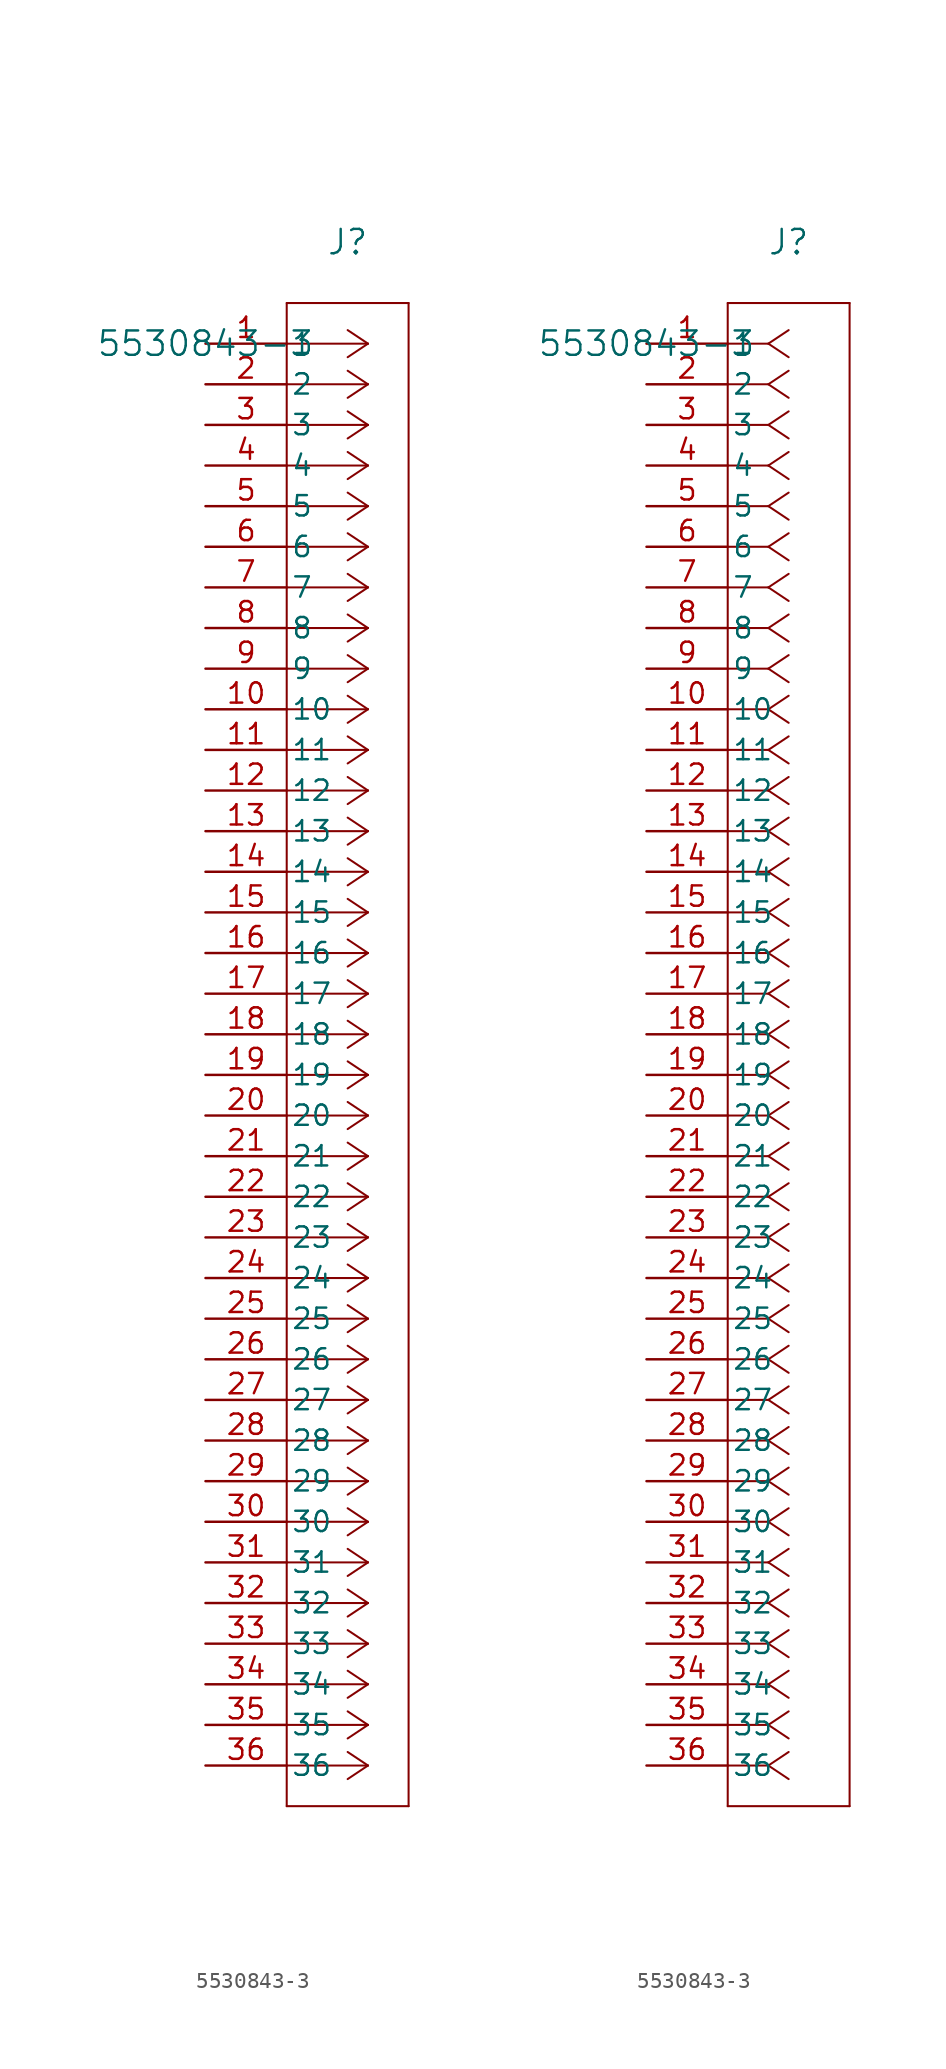
<source format=kicad_sym>
(kicad_symbol_lib
  (version 20211014)
  (generator kicad_symbol_editor)
  (symbol "5530843-3"
    (pin_names
      (offset 0.254))
    (property "Reference" "J"
      (at 8.89 6.35 0)
      (effects (font (size 1.524 1.524))))
    (property "Value" "5530843-3"
      (at 0 0 0)
      (effects (font (size 1.524 1.524))))
    (symbol "5530843-3_1_1"
      (polyline (pts (xy 10.16 0) (xy 5.08 0)) (stroke (width 0.127) (type default) (color 0 0 0 0)) (fill (type none)))
      (polyline (pts (xy 10.16 -2.54) (xy 5.08 -2.54)) (stroke (width 0.127) (type default) (color 0 0 0 0)) (fill (type none)))
      (polyline (pts (xy 10.16 -5.08) (xy 5.08 -5.08)) (stroke (width 0.127) (type default) (color 0 0 0 0)) (fill (type none)))
      (polyline (pts (xy 10.16 -7.62) (xy 5.08 -7.62)) (stroke (width 0.127) (type default) (color 0 0 0 0)) (fill (type none)))
      (polyline (pts (xy 10.16 -10.16) (xy 5.08 -10.16)) (stroke (width 0.127) (type default) (color 0 0 0 0)) (fill (type none)))
      (polyline (pts (xy 10.16 -12.7) (xy 5.08 -12.7)) (stroke (width 0.127) (type default) (color 0 0 0 0)) (fill (type none)))
      (polyline (pts (xy 10.16 -15.24) (xy 5.08 -15.24)) (stroke (width 0.127) (type default) (color 0 0 0 0)) (fill (type none)))
      (polyline (pts (xy 10.16 -17.78) (xy 5.08 -17.78)) (stroke (width 0.127) (type default) (color 0 0 0 0)) (fill (type none)))
      (polyline (pts (xy 10.16 -20.32) (xy 5.08 -20.32)) (stroke (width 0.127) (type default) (color 0 0 0 0)) (fill (type none)))
      (polyline (pts (xy 10.16 -22.86) (xy 5.08 -22.86)) (stroke (width 0.127) (type default) (color 0 0 0 0)) (fill (type none)))
      (polyline (pts (xy 10.16 -25.4) (xy 5.08 -25.4)) (stroke (width 0.127) (type default) (color 0 0 0 0)) (fill (type none)))
      (polyline (pts (xy 10.16 -27.94) (xy 5.08 -27.94)) (stroke (width 0.127) (type default) (color 0 0 0 0)) (fill (type none)))
      (polyline (pts (xy 10.16 -30.48) (xy 5.08 -30.48)) (stroke (width 0.127) (type default) (color 0 0 0 0)) (fill (type none)))
      (polyline (pts (xy 10.16 -33.02) (xy 5.08 -33.02)) (stroke (width 0.127) (type default) (color 0 0 0 0)) (fill (type none)))
      (polyline (pts (xy 10.16 -35.56) (xy 5.08 -35.56)) (stroke (width 0.127) (type default) (color 0 0 0 0)) (fill (type none)))
      (polyline (pts (xy 10.16 -38.1) (xy 5.08 -38.1)) (stroke (width 0.127) (type default) (color 0 0 0 0)) (fill (type none)))
      (polyline (pts (xy 10.16 -40.64) (xy 5.08 -40.64)) (stroke (width 0.127) (type default) (color 0 0 0 0)) (fill (type none)))
      (polyline (pts (xy 10.16 -43.18) (xy 5.08 -43.18)) (stroke (width 0.127) (type default) (color 0 0 0 0)) (fill (type none)))
      (polyline (pts (xy 10.16 -45.72) (xy 5.08 -45.72)) (stroke (width 0.127) (type default) (color 0 0 0 0)) (fill (type none)))
      (polyline (pts (xy 10.16 -48.26) (xy 5.08 -48.26)) (stroke (width 0.127) (type default) (color 0 0 0 0)) (fill (type none)))
      (polyline (pts (xy 10.16 -50.8) (xy 5.08 -50.8)) (stroke (width 0.127) (type default) (color 0 0 0 0)) (fill (type none)))
      (polyline (pts (xy 10.16 -53.34) (xy 5.08 -53.34)) (stroke (width 0.127) (type default) (color 0 0 0 0)) (fill (type none)))
      (polyline (pts (xy 10.16 -55.88) (xy 5.08 -55.88)) (stroke (width 0.127) (type default) (color 0 0 0 0)) (fill (type none)))
      (polyline (pts (xy 10.16 -58.42) (xy 5.08 -58.42)) (stroke (width 0.127) (type default) (color 0 0 0 0)) (fill (type none)))
      (polyline (pts (xy 10.16 -60.96) (xy 5.08 -60.96)) (stroke (width 0.127) (type default) (color 0 0 0 0)) (fill (type none)))
      (polyline (pts (xy 10.16 -63.5) (xy 5.08 -63.5)) (stroke (width 0.127) (type default) (color 0 0 0 0)) (fill (type none)))
      (polyline (pts (xy 10.16 -66.04) (xy 5.08 -66.04)) (stroke (width 0.127) (type default) (color 0 0 0 0)) (fill (type none)))
      (polyline (pts (xy 10.16 -68.58) (xy 5.08 -68.58)) (stroke (width 0.127) (type default) (color 0 0 0 0)) (fill (type none)))
      (polyline (pts (xy 10.16 -71.12) (xy 5.08 -71.12)) (stroke (width 0.127) (type default) (color 0 0 0 0)) (fill (type none)))
      (polyline (pts (xy 10.16 -73.66) (xy 5.08 -73.66)) (stroke (width 0.127) (type default) (color 0 0 0 0)) (fill (type none)))
      (polyline (pts (xy 10.16 -76.2) (xy 5.08 -76.2)) (stroke (width 0.127) (type default) (color 0 0 0 0)) (fill (type none)))
      (polyline (pts (xy 10.16 -78.74) (xy 5.08 -78.74)) (stroke (width 0.127) (type default) (color 0 0 0 0)) (fill (type none)))
      (polyline (pts (xy 10.16 -81.28) (xy 5.08 -81.28)) (stroke (width 0.127) (type default) (color 0 0 0 0)) (fill (type none)))
      (polyline (pts (xy 10.16 -83.82) (xy 5.08 -83.82)) (stroke (width 0.127) (type default) (color 0 0 0 0)) (fill (type none)))
      (polyline (pts (xy 10.16 -86.36) (xy 5.08 -86.36)) (stroke (width 0.127) (type default) (color 0 0 0 0)) (fill (type none)))
      (polyline (pts (xy 10.16 -88.9) (xy 5.08 -88.9)) (stroke (width 0.127) (type default) (color 0 0 0 0)) (fill (type none)))
      (polyline (pts (xy 10.16 0) (xy 8.89 0.847)) (stroke (width 0.127) (type default) (color 0 0 0 0)) (fill (type none)))
      (polyline (pts (xy 10.16 -2.54) (xy 8.89 -1.693)) (stroke (width 0.127) (type default) (color 0 0 0 0)) (fill (type none)))
      (polyline (pts (xy 10.16 -5.08) (xy 8.89 -4.233)) (stroke (width 0.127) (type default) (color 0 0 0 0)) (fill (type none)))
      (polyline (pts (xy 10.16 -7.62) (xy 8.89 -6.773)) (stroke (width 0.127) (type default) (color 0 0 0 0)) (fill (type none)))
      (polyline (pts (xy 10.16 -10.16) (xy 8.89 -9.313)) (stroke (width 0.127) (type default) (color 0 0 0 0)) (fill (type none)))
      (polyline (pts (xy 10.16 -12.7) (xy 8.89 -11.853)) (stroke (width 0.127) (type default) (color 0 0 0 0)) (fill (type none)))
      (polyline (pts (xy 10.16 -15.24) (xy 8.89 -14.393)) (stroke (width 0.127) (type default) (color 0 0 0 0)) (fill (type none)))
      (polyline (pts (xy 10.16 -17.78) (xy 8.89 -16.933)) (stroke (width 0.127) (type default) (color 0 0 0 0)) (fill (type none)))
      (polyline (pts (xy 10.16 -20.32) (xy 8.89 -19.473)) (stroke (width 0.127) (type default) (color 0 0 0 0)) (fill (type none)))
      (polyline (pts (xy 10.16 -22.86) (xy 8.89 -22.013)) (stroke (width 0.127) (type default) (color 0 0 0 0)) (fill (type none)))
      (polyline (pts (xy 10.16 -25.4) (xy 8.89 -24.553)) (stroke (width 0.127) (type default) (color 0 0 0 0)) (fill (type none)))
      (polyline (pts (xy 10.16 -27.94) (xy 8.89 -27.093)) (stroke (width 0.127) (type default) (color 0 0 0 0)) (fill (type none)))
      (polyline (pts (xy 10.16 -30.48) (xy 8.89 -29.633)) (stroke (width 0.127) (type default) (color 0 0 0 0)) (fill (type none)))
      (polyline (pts (xy 10.16 -33.02) (xy 8.89 -32.173)) (stroke (width 0.127) (type default) (color 0 0 0 0)) (fill (type none)))
      (polyline (pts (xy 10.16 -35.56) (xy 8.89 -34.713)) (stroke (width 0.127) (type default) (color 0 0 0 0)) (fill (type none)))
      (polyline (pts (xy 10.16 -38.1) (xy 8.89 -37.253)) (stroke (width 0.127) (type default) (color 0 0 0 0)) (fill (type none)))
      (polyline (pts (xy 10.16 -40.64) (xy 8.89 -39.793)) (stroke (width 0.127) (type default) (color 0 0 0 0)) (fill (type none)))
      (polyline (pts (xy 10.16 -43.18) (xy 8.89 -42.333)) (stroke (width 0.127) (type default) (color 0 0 0 0)) (fill (type none)))
      (polyline (pts (xy 10.16 -45.72) (xy 8.89 -44.873)) (stroke (width 0.127) (type default) (color 0 0 0 0)) (fill (type none)))
      (polyline (pts (xy 10.16 -48.26) (xy 8.89 -47.413)) (stroke (width 0.127) (type default) (color 0 0 0 0)) (fill (type none)))
      (polyline (pts (xy 10.16 -50.8) (xy 8.89 -49.953)) (stroke (width 0.127) (type default) (color 0 0 0 0)) (fill (type none)))
      (polyline (pts (xy 10.16 -53.34) (xy 8.89 -52.493)) (stroke (width 0.127) (type default) (color 0 0 0 0)) (fill (type none)))
      (polyline (pts (xy 10.16 -55.88) (xy 8.89 -55.033)) (stroke (width 0.127) (type default) (color 0 0 0 0)) (fill (type none)))
      (polyline (pts (xy 10.16 -58.42) (xy 8.89 -57.573)) (stroke (width 0.127) (type default) (color 0 0 0 0)) (fill (type none)))
      (polyline (pts (xy 10.16 -60.96) (xy 8.89 -60.113)) (stroke (width 0.127) (type default) (color 0 0 0 0)) (fill (type none)))
      (polyline (pts (xy 10.16 -63.5) (xy 8.89 -62.653)) (stroke (width 0.127) (type default) (color 0 0 0 0)) (fill (type none)))
      (polyline (pts (xy 10.16 -66.04) (xy 8.89 -65.193)) (stroke (width 0.127) (type default) (color 0 0 0 0)) (fill (type none)))
      (polyline (pts (xy 10.16 -68.58) (xy 8.89 -67.733)) (stroke (width 0.127) (type default) (color 0 0 0 0)) (fill (type none)))
      (polyline (pts (xy 10.16 -71.12) (xy 8.89 -70.273)) (stroke (width 0.127) (type default) (color 0 0 0 0)) (fill (type none)))
      (polyline (pts (xy 10.16 -73.66) (xy 8.89 -72.813)) (stroke (width 0.127) (type default) (color 0 0 0 0)) (fill (type none)))
      (polyline (pts (xy 10.16 -76.2) (xy 8.89 -75.353)) (stroke (width 0.127) (type default) (color 0 0 0 0)) (fill (type none)))
      (polyline (pts (xy 10.16 -78.74) (xy 8.89 -77.893)) (stroke (width 0.127) (type default) (color 0 0 0 0)) (fill (type none)))
      (polyline (pts (xy 10.16 -81.28) (xy 8.89 -80.433)) (stroke (width 0.127) (type default) (color 0 0 0 0)) (fill (type none)))
      (polyline (pts (xy 10.16 -83.82) (xy 8.89 -82.973)) (stroke (width 0.127) (type default) (color 0 0 0 0)) (fill (type none)))
      (polyline (pts (xy 10.16 -86.36) (xy 8.89 -85.513)) (stroke (width 0.127) (type default) (color 0 0 0 0)) (fill (type none)))
      (polyline (pts (xy 10.16 -88.9) (xy 8.89 -88.053)) (stroke (width 0.127) (type default) (color 0 0 0 0)) (fill (type none)))
      (polyline (pts (xy 10.16 0) (xy 8.89 -0.847)) (stroke (width 0.127) (type default) (color 0 0 0 0)) (fill (type none)))
      (polyline (pts (xy 10.16 -2.54) (xy 8.89 -3.387)) (stroke (width 0.127) (type default) (color 0 0 0 0)) (fill (type none)))
      (polyline (pts (xy 10.16 -5.08) (xy 8.89 -5.927)) (stroke (width 0.127) (type default) (color 0 0 0 0)) (fill (type none)))
      (polyline (pts (xy 10.16 -7.62) (xy 8.89 -8.467)) (stroke (width 0.127) (type default) (color 0 0 0 0)) (fill (type none)))
      (polyline (pts (xy 10.16 -10.16) (xy 8.89 -11.007)) (stroke (width 0.127) (type default) (color 0 0 0 0)) (fill (type none)))
      (polyline (pts (xy 10.16 -12.7) (xy 8.89 -13.547)) (stroke (width 0.127) (type default) (color 0 0 0 0)) (fill (type none)))
      (polyline (pts (xy 10.16 -15.24) (xy 8.89 -16.087)) (stroke (width 0.127) (type default) (color 0 0 0 0)) (fill (type none)))
      (polyline (pts (xy 10.16 -17.78) (xy 8.89 -18.627)) (stroke (width 0.127) (type default) (color 0 0 0 0)) (fill (type none)))
      (polyline (pts (xy 10.16 -20.32) (xy 8.89 -21.167)) (stroke (width 0.127) (type default) (color 0 0 0 0)) (fill (type none)))
      (polyline (pts (xy 10.16 -22.86) (xy 8.89 -23.707)) (stroke (width 0.127) (type default) (color 0 0 0 0)) (fill (type none)))
      (polyline (pts (xy 10.16 -25.4) (xy 8.89 -26.247)) (stroke (width 0.127) (type default) (color 0 0 0 0)) (fill (type none)))
      (polyline (pts (xy 10.16 -27.94) (xy 8.89 -28.787)) (stroke (width 0.127) (type default) (color 0 0 0 0)) (fill (type none)))
      (polyline (pts (xy 10.16 -30.48) (xy 8.89 -31.327)) (stroke (width 0.127) (type default) (color 0 0 0 0)) (fill (type none)))
      (polyline (pts (xy 10.16 -33.02) (xy 8.89 -33.867)) (stroke (width 0.127) (type default) (color 0 0 0 0)) (fill (type none)))
      (polyline (pts (xy 10.16 -35.56) (xy 8.89 -36.407)) (stroke (width 0.127) (type default) (color 0 0 0 0)) (fill (type none)))
      (polyline (pts (xy 10.16 -38.1) (xy 8.89 -38.947)) (stroke (width 0.127) (type default) (color 0 0 0 0)) (fill (type none)))
      (polyline (pts (xy 10.16 -40.64) (xy 8.89 -41.487)) (stroke (width 0.127) (type default) (color 0 0 0 0)) (fill (type none)))
      (polyline (pts (xy 10.16 -43.18) (xy 8.89 -44.027)) (stroke (width 0.127) (type default) (color 0 0 0 0)) (fill (type none)))
      (polyline (pts (xy 10.16 -45.72) (xy 8.89 -46.567)) (stroke (width 0.127) (type default) (color 0 0 0 0)) (fill (type none)))
      (polyline (pts (xy 10.16 -48.26) (xy 8.89 -49.107)) (stroke (width 0.127) (type default) (color 0 0 0 0)) (fill (type none)))
      (polyline (pts (xy 10.16 -50.8) (xy 8.89 -51.647)) (stroke (width 0.127) (type default) (color 0 0 0 0)) (fill (type none)))
      (polyline (pts (xy 10.16 -53.34) (xy 8.89 -54.187)) (stroke (width 0.127) (type default) (color 0 0 0 0)) (fill (type none)))
      (polyline (pts (xy 10.16 -55.88) (xy 8.89 -56.727)) (stroke (width 0.127) (type default) (color 0 0 0 0)) (fill (type none)))
      (polyline (pts (xy 10.16 -58.42) (xy 8.89 -59.267)) (stroke (width 0.127) (type default) (color 0 0 0 0)) (fill (type none)))
      (polyline (pts (xy 10.16 -60.96) (xy 8.89 -61.807)) (stroke (width 0.127) (type default) (color 0 0 0 0)) (fill (type none)))
      (polyline (pts (xy 10.16 -63.5) (xy 8.89 -64.347)) (stroke (width 0.127) (type default) (color 0 0 0 0)) (fill (type none)))
      (polyline (pts (xy 10.16 -66.04) (xy 8.89 -66.887)) (stroke (width 0.127) (type default) (color 0 0 0 0)) (fill (type none)))
      (polyline (pts (xy 10.16 -68.58) (xy 8.89 -69.427)) (stroke (width 0.127) (type default) (color 0 0 0 0)) (fill (type none)))
      (polyline (pts (xy 10.16 -71.12) (xy 8.89 -71.967)) (stroke (width 0.127) (type default) (color 0 0 0 0)) (fill (type none)))
      (polyline (pts (xy 10.16 -73.66) (xy 8.89 -74.507)) (stroke (width 0.127) (type default) (color 0 0 0 0)) (fill (type none)))
      (polyline (pts (xy 10.16 -76.2) (xy 8.89 -77.047)) (stroke (width 0.127) (type default) (color 0 0 0 0)) (fill (type none)))
      (polyline (pts (xy 10.16 -78.74) (xy 8.89 -79.587)) (stroke (width 0.127) (type default) (color 0 0 0 0)) (fill (type none)))
      (polyline (pts (xy 10.16 -81.28) (xy 8.89 -82.127)) (stroke (width 0.127) (type default) (color 0 0 0 0)) (fill (type none)))
      (polyline (pts (xy 10.16 -83.82) (xy 8.89 -84.667)) (stroke (width 0.127) (type default) (color 0 0 0 0)) (fill (type none)))
      (polyline (pts (xy 10.16 -86.36) (xy 8.89 -87.207)) (stroke (width 0.127) (type default) (color 0 0 0 0)) (fill (type none)))
      (polyline (pts (xy 10.16 -88.9) (xy 8.89 -89.747)) (stroke (width 0.127) (type default) (color 0 0 0 0)) (fill (type none)))
      (polyline (pts (xy 5.08 2.54) (xy 5.08 -91.44)) (stroke (width 0.127) (type default) (color 0 0 0 0)) (fill (type none)))
      (polyline (pts (xy 5.08 -91.44) (xy 12.7 -91.44)) (stroke (width 0.127) (type default) (color 0 0 0 0)) (fill (type none)))
      (polyline (pts (xy 12.7 -91.44) (xy 12.7 2.54)) (stroke (width 0.127) (type default) (color 0 0 0 0)) (fill (type none)))
      (polyline (pts (xy 12.7 2.54) (xy 5.08 2.54)) (stroke (width 0.127) (type default) (color 0 0 0 0)) (fill (type none)))
      (pin unspecified line (at 0 0 0) (length 5.08) (name "1" (effects (font (size 1.27 1.27)))) (number "1" (effects (font (size 1.27 1.27)))))
      (pin unspecified line (at 0 -2.54 0) (length 5.08) (name "2" (effects (font (size 1.27 1.27)))) (number "2" (effects (font (size 1.27 1.27)))))
      (pin unspecified line (at 0 -5.08 0) (length 5.08) (name "3" (effects (font (size 1.27 1.27)))) (number "3" (effects (font (size 1.27 1.27)))))
      (pin unspecified line (at 0 -7.62 0) (length 5.08) (name "4" (effects (font (size 1.27 1.27)))) (number "4" (effects (font (size 1.27 1.27)))))
      (pin unspecified line (at 0 -10.16 0) (length 5.08) (name "5" (effects (font (size 1.27 1.27)))) (number "5" (effects (font (size 1.27 1.27)))))
      (pin unspecified line (at 0 -12.7 0) (length 5.08) (name "6" (effects (font (size 1.27 1.27)))) (number "6" (effects (font (size 1.27 1.27)))))
      (pin unspecified line (at 0 -15.24 0) (length 5.08) (name "7" (effects (font (size 1.27 1.27)))) (number "7" (effects (font (size 1.27 1.27)))))
      (pin unspecified line (at 0 -17.78 0) (length 5.08) (name "8" (effects (font (size 1.27 1.27)))) (number "8" (effects (font (size 1.27 1.27)))))
      (pin unspecified line (at 0 -20.32 0) (length 5.08) (name "9" (effects (font (size 1.27 1.27)))) (number "9" (effects (font (size 1.27 1.27)))))
      (pin unspecified line (at 0 -22.86 0) (length 5.08) (name "10" (effects (font (size 1.27 1.27)))) (number "10" (effects (font (size 1.27 1.27)))))
      (pin unspecified line (at 0 -25.4 0) (length 5.08) (name "11" (effects (font (size 1.27 1.27)))) (number "11" (effects (font (size 1.27 1.27)))))
      (pin unspecified line (at 0 -27.94 0) (length 5.08) (name "12" (effects (font (size 1.27 1.27)))) (number "12" (effects (font (size 1.27 1.27)))))
      (pin unspecified line (at 0 -30.48 0) (length 5.08) (name "13" (effects (font (size 1.27 1.27)))) (number "13" (effects (font (size 1.27 1.27)))))
      (pin unspecified line (at 0 -33.02 0) (length 5.08) (name "14" (effects (font (size 1.27 1.27)))) (number "14" (effects (font (size 1.27 1.27)))))
      (pin unspecified line (at 0 -35.56 0) (length 5.08) (name "15" (effects (font (size 1.27 1.27)))) (number "15" (effects (font (size 1.27 1.27)))))
      (pin unspecified line (at 0 -38.1 0) (length 5.08) (name "16" (effects (font (size 1.27 1.27)))) (number "16" (effects (font (size 1.27 1.27)))))
      (pin unspecified line (at 0 -40.64 0) (length 5.08) (name "17" (effects (font (size 1.27 1.27)))) (number "17" (effects (font (size 1.27 1.27)))))
      (pin unspecified line (at 0 -43.18 0) (length 5.08) (name "18" (effects (font (size 1.27 1.27)))) (number "18" (effects (font (size 1.27 1.27)))))
      (pin unspecified line (at 0 -45.72 0) (length 5.08) (name "19" (effects (font (size 1.27 1.27)))) (number "19" (effects (font (size 1.27 1.27)))))
      (pin unspecified line (at 0 -48.26 0) (length 5.08) (name "20" (effects (font (size 1.27 1.27)))) (number "20" (effects (font (size 1.27 1.27)))))
      (pin unspecified line (at 0 -50.8 0) (length 5.08) (name "21" (effects (font (size 1.27 1.27)))) (number "21" (effects (font (size 1.27 1.27)))))
      (pin unspecified line (at 0 -53.34 0) (length 5.08) (name "22" (effects (font (size 1.27 1.27)))) (number "22" (effects (font (size 1.27 1.27)))))
      (pin unspecified line (at 0 -55.88 0) (length 5.08) (name "23" (effects (font (size 1.27 1.27)))) (number "23" (effects (font (size 1.27 1.27)))))
      (pin unspecified line (at 0 -58.42 0) (length 5.08) (name "24" (effects (font (size 1.27 1.27)))) (number "24" (effects (font (size 1.27 1.27)))))
      (pin unspecified line (at 0 -60.96 0) (length 5.08) (name "25" (effects (font (size 1.27 1.27)))) (number "25" (effects (font (size 1.27 1.27)))))
      (pin unspecified line (at 0 -63.5 0) (length 5.08) (name "26" (effects (font (size 1.27 1.27)))) (number "26" (effects (font (size 1.27 1.27)))))
      (pin unspecified line (at 0 -66.04 0) (length 5.08) (name "27" (effects (font (size 1.27 1.27)))) (number "27" (effects (font (size 1.27 1.27)))))
      (pin unspecified line (at 0 -68.58 0) (length 5.08) (name "28" (effects (font (size 1.27 1.27)))) (number "28" (effects (font (size 1.27 1.27)))))
      (pin unspecified line (at 0 -71.12 0) (length 5.08) (name "29" (effects (font (size 1.27 1.27)))) (number "29" (effects (font (size 1.27 1.27)))))
      (pin unspecified line (at 0 -73.66 0) (length 5.08) (name "30" (effects (font (size 1.27 1.27)))) (number "30" (effects (font (size 1.27 1.27)))))
      (pin unspecified line (at 0 -76.2 0) (length 5.08) (name "31" (effects (font (size 1.27 1.27)))) (number "31" (effects (font (size 1.27 1.27)))))
      (pin unspecified line (at 0 -78.74 0) (length 5.08) (name "32" (effects (font (size 1.27 1.27)))) (number "32" (effects (font (size 1.27 1.27)))))
      (pin unspecified line (at 0 -81.28 0) (length 5.08) (name "33" (effects (font (size 1.27 1.27)))) (number "33" (effects (font (size 1.27 1.27)))))
      (pin unspecified line (at 0 -83.82 0) (length 5.08) (name "34" (effects (font (size 1.27 1.27)))) (number "34" (effects (font (size 1.27 1.27)))))
      (pin unspecified line (at 0 -86.36 0) (length 5.08) (name "35" (effects (font (size 1.27 1.27)))) (number "35" (effects (font (size 1.27 1.27)))))
      (pin unspecified line (at 0 -88.9 0) (length 5.08) (name "36" (effects (font (size 1.27 1.27)))) (number "36" (effects (font (size 1.27 1.27))))))
    (symbol "5530843-3_1_2"
      (polyline (pts (xy 7.62 0) (xy 5.08 0)) (stroke (width 0.127) (type default) (color 0 0 0 0)) (fill (type none)))
      (polyline (pts (xy 7.62 -2.54) (xy 5.08 -2.54)) (stroke (width 0.127) (type default) (color 0 0 0 0)) (fill (type none)))
      (polyline (pts (xy 7.62 -5.08) (xy 5.08 -5.08)) (stroke (width 0.127) (type default) (color 0 0 0 0)) (fill (type none)))
      (polyline (pts (xy 7.62 -7.62) (xy 5.08 -7.62)) (stroke (width 0.127) (type default) (color 0 0 0 0)) (fill (type none)))
      (polyline (pts (xy 7.62 -10.16) (xy 5.08 -10.16)) (stroke (width 0.127) (type default) (color 0 0 0 0)) (fill (type none)))
      (polyline (pts (xy 7.62 -12.7) (xy 5.08 -12.7)) (stroke (width 0.127) (type default) (color 0 0 0 0)) (fill (type none)))
      (polyline (pts (xy 7.62 -15.24) (xy 5.08 -15.24)) (stroke (width 0.127) (type default) (color 0 0 0 0)) (fill (type none)))
      (polyline (pts (xy 7.62 -17.78) (xy 5.08 -17.78)) (stroke (width 0.127) (type default) (color 0 0 0 0)) (fill (type none)))
      (polyline (pts (xy 7.62 -20.32) (xy 5.08 -20.32)) (stroke (width 0.127) (type default) (color 0 0 0 0)) (fill (type none)))
      (polyline (pts (xy 7.62 -22.86) (xy 5.08 -22.86)) (stroke (width 0.127) (type default) (color 0 0 0 0)) (fill (type none)))
      (polyline (pts (xy 7.62 -25.4) (xy 5.08 -25.4)) (stroke (width 0.127) (type default) (color 0 0 0 0)) (fill (type none)))
      (polyline (pts (xy 7.62 -27.94) (xy 5.08 -27.94)) (stroke (width 0.127) (type default) (color 0 0 0 0)) (fill (type none)))
      (polyline (pts (xy 7.62 -30.48) (xy 5.08 -30.48)) (stroke (width 0.127) (type default) (color 0 0 0 0)) (fill (type none)))
      (polyline (pts (xy 7.62 -33.02) (xy 5.08 -33.02)) (stroke (width 0.127) (type default) (color 0 0 0 0)) (fill (type none)))
      (polyline (pts (xy 7.62 -35.56) (xy 5.08 -35.56)) (stroke (width 0.127) (type default) (color 0 0 0 0)) (fill (type none)))
      (polyline (pts (xy 7.62 -38.1) (xy 5.08 -38.1)) (stroke (width 0.127) (type default) (color 0 0 0 0)) (fill (type none)))
      (polyline (pts (xy 7.62 -40.64) (xy 5.08 -40.64)) (stroke (width 0.127) (type default) (color 0 0 0 0)) (fill (type none)))
      (polyline (pts (xy 7.62 -43.18) (xy 5.08 -43.18)) (stroke (width 0.127) (type default) (color 0 0 0 0)) (fill (type none)))
      (polyline (pts (xy 7.62 -45.72) (xy 5.08 -45.72)) (stroke (width 0.127) (type default) (color 0 0 0 0)) (fill (type none)))
      (polyline (pts (xy 7.62 -48.26) (xy 5.08 -48.26)) (stroke (width 0.127) (type default) (color 0 0 0 0)) (fill (type none)))
      (polyline (pts (xy 7.62 -50.8) (xy 5.08 -50.8)) (stroke (width 0.127) (type default) (color 0 0 0 0)) (fill (type none)))
      (polyline (pts (xy 7.62 -53.34) (xy 5.08 -53.34)) (stroke (width 0.127) (type default) (color 0 0 0 0)) (fill (type none)))
      (polyline (pts (xy 7.62 -55.88) (xy 5.08 -55.88)) (stroke (width 0.127) (type default) (color 0 0 0 0)) (fill (type none)))
      (polyline (pts (xy 7.62 -58.42) (xy 5.08 -58.42)) (stroke (width 0.127) (type default) (color 0 0 0 0)) (fill (type none)))
      (polyline (pts (xy 7.62 -60.96) (xy 5.08 -60.96)) (stroke (width 0.127) (type default) (color 0 0 0 0)) (fill (type none)))
      (polyline (pts (xy 7.62 -63.5) (xy 5.08 -63.5)) (stroke (width 0.127) (type default) (color 0 0 0 0)) (fill (type none)))
      (polyline (pts (xy 7.62 -66.04) (xy 5.08 -66.04)) (stroke (width 0.127) (type default) (color 0 0 0 0)) (fill (type none)))
      (polyline (pts (xy 7.62 -68.58) (xy 5.08 -68.58)) (stroke (width 0.127) (type default) (color 0 0 0 0)) (fill (type none)))
      (polyline (pts (xy 7.62 -71.12) (xy 5.08 -71.12)) (stroke (width 0.127) (type default) (color 0 0 0 0)) (fill (type none)))
      (polyline (pts (xy 7.62 -73.66) (xy 5.08 -73.66)) (stroke (width 0.127) (type default) (color 0 0 0 0)) (fill (type none)))
      (polyline (pts (xy 7.62 -76.2) (xy 5.08 -76.2)) (stroke (width 0.127) (type default) (color 0 0 0 0)) (fill (type none)))
      (polyline (pts (xy 7.62 -78.74) (xy 5.08 -78.74)) (stroke (width 0.127) (type default) (color 0 0 0 0)) (fill (type none)))
      (polyline (pts (xy 7.62 -81.28) (xy 5.08 -81.28)) (stroke (width 0.127) (type default) (color 0 0 0 0)) (fill (type none)))
      (polyline (pts (xy 7.62 -83.82) (xy 5.08 -83.82)) (stroke (width 0.127) (type default) (color 0 0 0 0)) (fill (type none)))
      (polyline (pts (xy 7.62 -86.36) (xy 5.08 -86.36)) (stroke (width 0.127) (type default) (color 0 0 0 0)) (fill (type none)))
      (polyline (pts (xy 7.62 -88.9) (xy 5.08 -88.9)) (stroke (width 0.127) (type default) (color 0 0 0 0)) (fill (type none)))
      (polyline (pts (xy 7.62 0) (xy 8.89 0.847)) (stroke (width 0.127) (type default) (color 0 0 0 0)) (fill (type none)))
      (polyline (pts (xy 7.62 -2.54) (xy 8.89 -1.693)) (stroke (width 0.127) (type default) (color 0 0 0 0)) (fill (type none)))
      (polyline (pts (xy 7.62 -5.08) (xy 8.89 -4.233)) (stroke (width 0.127) (type default) (color 0 0 0 0)) (fill (type none)))
      (polyline (pts (xy 7.62 -7.62) (xy 8.89 -6.773)) (stroke (width 0.127) (type default) (color 0 0 0 0)) (fill (type none)))
      (polyline (pts (xy 7.62 -10.16) (xy 8.89 -9.313)) (stroke (width 0.127) (type default) (color 0 0 0 0)) (fill (type none)))
      (polyline (pts (xy 7.62 -12.7) (xy 8.89 -11.853)) (stroke (width 0.127) (type default) (color 0 0 0 0)) (fill (type none)))
      (polyline (pts (xy 7.62 -15.24) (xy 8.89 -14.393)) (stroke (width 0.127) (type default) (color 0 0 0 0)) (fill (type none)))
      (polyline (pts (xy 7.62 -17.78) (xy 8.89 -16.933)) (stroke (width 0.127) (type default) (color 0 0 0 0)) (fill (type none)))
      (polyline (pts (xy 7.62 -20.32) (xy 8.89 -19.473)) (stroke (width 0.127) (type default) (color 0 0 0 0)) (fill (type none)))
      (polyline (pts (xy 7.62 -22.86) (xy 8.89 -22.013)) (stroke (width 0.127) (type default) (color 0 0 0 0)) (fill (type none)))
      (polyline (pts (xy 7.62 -25.4) (xy 8.89 -24.553)) (stroke (width 0.127) (type default) (color 0 0 0 0)) (fill (type none)))
      (polyline (pts (xy 7.62 -27.94) (xy 8.89 -27.093)) (stroke (width 0.127) (type default) (color 0 0 0 0)) (fill (type none)))
      (polyline (pts (xy 7.62 -30.48) (xy 8.89 -29.633)) (stroke (width 0.127) (type default) (color 0 0 0 0)) (fill (type none)))
      (polyline (pts (xy 7.62 -33.02) (xy 8.89 -32.173)) (stroke (width 0.127) (type default) (color 0 0 0 0)) (fill (type none)))
      (polyline (pts (xy 7.62 -35.56) (xy 8.89 -34.713)) (stroke (width 0.127) (type default) (color 0 0 0 0)) (fill (type none)))
      (polyline (pts (xy 7.62 -38.1) (xy 8.89 -37.253)) (stroke (width 0.127) (type default) (color 0 0 0 0)) (fill (type none)))
      (polyline (pts (xy 7.62 -40.64) (xy 8.89 -39.793)) (stroke (width 0.127) (type default) (color 0 0 0 0)) (fill (type none)))
      (polyline (pts (xy 7.62 -43.18) (xy 8.89 -42.333)) (stroke (width 0.127) (type default) (color 0 0 0 0)) (fill (type none)))
      (polyline (pts (xy 7.62 -45.72) (xy 8.89 -44.873)) (stroke (width 0.127) (type default) (color 0 0 0 0)) (fill (type none)))
      (polyline (pts (xy 7.62 -48.26) (xy 8.89 -47.413)) (stroke (width 0.127) (type default) (color 0 0 0 0)) (fill (type none)))
      (polyline (pts (xy 7.62 -50.8) (xy 8.89 -49.953)) (stroke (width 0.127) (type default) (color 0 0 0 0)) (fill (type none)))
      (polyline (pts (xy 7.62 -53.34) (xy 8.89 -52.493)) (stroke (width 0.127) (type default) (color 0 0 0 0)) (fill (type none)))
      (polyline (pts (xy 7.62 -55.88) (xy 8.89 -55.033)) (stroke (width 0.127) (type default) (color 0 0 0 0)) (fill (type none)))
      (polyline (pts (xy 7.62 -58.42) (xy 8.89 -57.573)) (stroke (width 0.127) (type default) (color 0 0 0 0)) (fill (type none)))
      (polyline (pts (xy 7.62 -60.96) (xy 8.89 -60.113)) (stroke (width 0.127) (type default) (color 0 0 0 0)) (fill (type none)))
      (polyline (pts (xy 7.62 -63.5) (xy 8.89 -62.653)) (stroke (width 0.127) (type default) (color 0 0 0 0)) (fill (type none)))
      (polyline (pts (xy 7.62 -66.04) (xy 8.89 -65.193)) (stroke (width 0.127) (type default) (color 0 0 0 0)) (fill (type none)))
      (polyline (pts (xy 7.62 -68.58) (xy 8.89 -67.733)) (stroke (width 0.127) (type default) (color 0 0 0 0)) (fill (type none)))
      (polyline (pts (xy 7.62 -71.12) (xy 8.89 -70.273)) (stroke (width 0.127) (type default) (color 0 0 0 0)) (fill (type none)))
      (polyline (pts (xy 7.62 -73.66) (xy 8.89 -72.813)) (stroke (width 0.127) (type default) (color 0 0 0 0)) (fill (type none)))
      (polyline (pts (xy 7.62 -76.2) (xy 8.89 -75.353)) (stroke (width 0.127) (type default) (color 0 0 0 0)) (fill (type none)))
      (polyline (pts (xy 7.62 -78.74) (xy 8.89 -77.893)) (stroke (width 0.127) (type default) (color 0 0 0 0)) (fill (type none)))
      (polyline (pts (xy 7.62 -81.28) (xy 8.89 -80.433)) (stroke (width 0.127) (type default) (color 0 0 0 0)) (fill (type none)))
      (polyline (pts (xy 7.62 -83.82) (xy 8.89 -82.973)) (stroke (width 0.127) (type default) (color 0 0 0 0)) (fill (type none)))
      (polyline (pts (xy 7.62 -86.36) (xy 8.89 -85.513)) (stroke (width 0.127) (type default) (color 0 0 0 0)) (fill (type none)))
      (polyline (pts (xy 7.62 -88.9) (xy 8.89 -88.053)) (stroke (width 0.127) (type default) (color 0 0 0 0)) (fill (type none)))
      (polyline (pts (xy 7.62 0) (xy 8.89 -0.847)) (stroke (width 0.127) (type default) (color 0 0 0 0)) (fill (type none)))
      (polyline (pts (xy 7.62 -2.54) (xy 8.89 -3.387)) (stroke (width 0.127) (type default) (color 0 0 0 0)) (fill (type none)))
      (polyline (pts (xy 7.62 -5.08) (xy 8.89 -5.927)) (stroke (width 0.127) (type default) (color 0 0 0 0)) (fill (type none)))
      (polyline (pts (xy 7.62 -7.62) (xy 8.89 -8.467)) (stroke (width 0.127) (type default) (color 0 0 0 0)) (fill (type none)))
      (polyline (pts (xy 7.62 -10.16) (xy 8.89 -11.007)) (stroke (width 0.127) (type default) (color 0 0 0 0)) (fill (type none)))
      (polyline (pts (xy 7.62 -12.7) (xy 8.89 -13.547)) (stroke (width 0.127) (type default) (color 0 0 0 0)) (fill (type none)))
      (polyline (pts (xy 7.62 -15.24) (xy 8.89 -16.087)) (stroke (width 0.127) (type default) (color 0 0 0 0)) (fill (type none)))
      (polyline (pts (xy 7.62 -17.78) (xy 8.89 -18.627)) (stroke (width 0.127) (type default) (color 0 0 0 0)) (fill (type none)))
      (polyline (pts (xy 7.62 -20.32) (xy 8.89 -21.167)) (stroke (width 0.127) (type default) (color 0 0 0 0)) (fill (type none)))
      (polyline (pts (xy 7.62 -22.86) (xy 8.89 -23.707)) (stroke (width 0.127) (type default) (color 0 0 0 0)) (fill (type none)))
      (polyline (pts (xy 7.62 -25.4) (xy 8.89 -26.247)) (stroke (width 0.127) (type default) (color 0 0 0 0)) (fill (type none)))
      (polyline (pts (xy 7.62 -27.94) (xy 8.89 -28.787)) (stroke (width 0.127) (type default) (color 0 0 0 0)) (fill (type none)))
      (polyline (pts (xy 7.62 -30.48) (xy 8.89 -31.327)) (stroke (width 0.127) (type default) (color 0 0 0 0)) (fill (type none)))
      (polyline (pts (xy 7.62 -33.02) (xy 8.89 -33.867)) (stroke (width 0.127) (type default) (color 0 0 0 0)) (fill (type none)))
      (polyline (pts (xy 7.62 -35.56) (xy 8.89 -36.407)) (stroke (width 0.127) (type default) (color 0 0 0 0)) (fill (type none)))
      (polyline (pts (xy 7.62 -38.1) (xy 8.89 -38.947)) (stroke (width 0.127) (type default) (color 0 0 0 0)) (fill (type none)))
      (polyline (pts (xy 7.62 -40.64) (xy 8.89 -41.487)) (stroke (width 0.127) (type default) (color 0 0 0 0)) (fill (type none)))
      (polyline (pts (xy 7.62 -43.18) (xy 8.89 -44.027)) (stroke (width 0.127) (type default) (color 0 0 0 0)) (fill (type none)))
      (polyline (pts (xy 7.62 -45.72) (xy 8.89 -46.567)) (stroke (width 0.127) (type default) (color 0 0 0 0)) (fill (type none)))
      (polyline (pts (xy 7.62 -48.26) (xy 8.89 -49.107)) (stroke (width 0.127) (type default) (color 0 0 0 0)) (fill (type none)))
      (polyline (pts (xy 7.62 -50.8) (xy 8.89 -51.647)) (stroke (width 0.127) (type default) (color 0 0 0 0)) (fill (type none)))
      (polyline (pts (xy 7.62 -53.34) (xy 8.89 -54.187)) (stroke (width 0.127) (type default) (color 0 0 0 0)) (fill (type none)))
      (polyline (pts (xy 7.62 -55.88) (xy 8.89 -56.727)) (stroke (width 0.127) (type default) (color 0 0 0 0)) (fill (type none)))
      (polyline (pts (xy 7.62 -58.42) (xy 8.89 -59.267)) (stroke (width 0.127) (type default) (color 0 0 0 0)) (fill (type none)))
      (polyline (pts (xy 7.62 -60.96) (xy 8.89 -61.807)) (stroke (width 0.127) (type default) (color 0 0 0 0)) (fill (type none)))
      (polyline (pts (xy 7.62 -63.5) (xy 8.89 -64.347)) (stroke (width 0.127) (type default) (color 0 0 0 0)) (fill (type none)))
      (polyline (pts (xy 7.62 -66.04) (xy 8.89 -66.887)) (stroke (width 0.127) (type default) (color 0 0 0 0)) (fill (type none)))
      (polyline (pts (xy 7.62 -68.58) (xy 8.89 -69.427)) (stroke (width 0.127) (type default) (color 0 0 0 0)) (fill (type none)))
      (polyline (pts (xy 7.62 -71.12) (xy 8.89 -71.967)) (stroke (width 0.127) (type default) (color 0 0 0 0)) (fill (type none)))
      (polyline (pts (xy 7.62 -73.66) (xy 8.89 -74.507)) (stroke (width 0.127) (type default) (color 0 0 0 0)) (fill (type none)))
      (polyline (pts (xy 7.62 -76.2) (xy 8.89 -77.047)) (stroke (width 0.127) (type default) (color 0 0 0 0)) (fill (type none)))
      (polyline (pts (xy 7.62 -78.74) (xy 8.89 -79.587)) (stroke (width 0.127) (type default) (color 0 0 0 0)) (fill (type none)))
      (polyline (pts (xy 7.62 -81.28) (xy 8.89 -82.127)) (stroke (width 0.127) (type default) (color 0 0 0 0)) (fill (type none)))
      (polyline (pts (xy 7.62 -83.82) (xy 8.89 -84.667)) (stroke (width 0.127) (type default) (color 0 0 0 0)) (fill (type none)))
      (polyline (pts (xy 7.62 -86.36) (xy 8.89 -87.207)) (stroke (width 0.127) (type default) (color 0 0 0 0)) (fill (type none)))
      (polyline (pts (xy 7.62 -88.9) (xy 8.89 -89.747)) (stroke (width 0.127) (type default) (color 0 0 0 0)) (fill (type none)))
      (polyline (pts (xy 5.08 2.54) (xy 5.08 -91.44)) (stroke (width 0.127) (type default) (color 0 0 0 0)) (fill (type none)))
      (polyline (pts (xy 5.08 -91.44) (xy 12.7 -91.44)) (stroke (width 0.127) (type default) (color 0 0 0 0)) (fill (type none)))
      (polyline (pts (xy 12.7 -91.44) (xy 12.7 2.54)) (stroke (width 0.127) (type default) (color 0 0 0 0)) (fill (type none)))
      (polyline (pts (xy 12.7 2.54) (xy 5.08 2.54)) (stroke (width 0.127) (type default) (color 0 0 0 0)) (fill (type none)))
      (pin unspecified line (at 0 0 0) (length 5.08) (name "1" (effects (font (size 1.27 1.27)))) (number "1" (effects (font (size 1.27 1.27)))))
      (pin unspecified line (at 0 -2.54 0) (length 5.08) (name "2" (effects (font (size 1.27 1.27)))) (number "2" (effects (font (size 1.27 1.27)))))
      (pin unspecified line (at 0 -5.08 0) (length 5.08) (name "3" (effects (font (size 1.27 1.27)))) (number "3" (effects (font (size 1.27 1.27)))))
      (pin unspecified line (at 0 -7.62 0) (length 5.08) (name "4" (effects (font (size 1.27 1.27)))) (number "4" (effects (font (size 1.27 1.27)))))
      (pin unspecified line (at 0 -10.16 0) (length 5.08) (name "5" (effects (font (size 1.27 1.27)))) (number "5" (effects (font (size 1.27 1.27)))))
      (pin unspecified line (at 0 -12.7 0) (length 5.08) (name "6" (effects (font (size 1.27 1.27)))) (number "6" (effects (font (size 1.27 1.27)))))
      (pin unspecified line (at 0 -15.24 0) (length 5.08) (name "7" (effects (font (size 1.27 1.27)))) (number "7" (effects (font (size 1.27 1.27)))))
      (pin unspecified line (at 0 -17.78 0) (length 5.08) (name "8" (effects (font (size 1.27 1.27)))) (number "8" (effects (font (size 1.27 1.27)))))
      (pin unspecified line (at 0 -20.32 0) (length 5.08) (name "9" (effects (font (size 1.27 1.27)))) (number "9" (effects (font (size 1.27 1.27)))))
      (pin unspecified line (at 0 -22.86 0) (length 5.08) (name "10" (effects (font (size 1.27 1.27)))) (number "10" (effects (font (size 1.27 1.27)))))
      (pin unspecified line (at 0 -25.4 0) (length 5.08) (name "11" (effects (font (size 1.27 1.27)))) (number "11" (effects (font (size 1.27 1.27)))))
      (pin unspecified line (at 0 -27.94 0) (length 5.08) (name "12" (effects (font (size 1.27 1.27)))) (number "12" (effects (font (size 1.27 1.27)))))
      (pin unspecified line (at 0 -30.48 0) (length 5.08) (name "13" (effects (font (size 1.27 1.27)))) (number "13" (effects (font (size 1.27 1.27)))))
      (pin unspecified line (at 0 -33.02 0) (length 5.08) (name "14" (effects (font (size 1.27 1.27)))) (number "14" (effects (font (size 1.27 1.27)))))
      (pin unspecified line (at 0 -35.56 0) (length 5.08) (name "15" (effects (font (size 1.27 1.27)))) (number "15" (effects (font (size 1.27 1.27)))))
      (pin unspecified line (at 0 -38.1 0) (length 5.08) (name "16" (effects (font (size 1.27 1.27)))) (number "16" (effects (font (size 1.27 1.27)))))
      (pin unspecified line (at 0 -40.64 0) (length 5.08) (name "17" (effects (font (size 1.27 1.27)))) (number "17" (effects (font (size 1.27 1.27)))))
      (pin unspecified line (at 0 -43.18 0) (length 5.08) (name "18" (effects (font (size 1.27 1.27)))) (number "18" (effects (font (size 1.27 1.27)))))
      (pin unspecified line (at 0 -45.72 0) (length 5.08) (name "19" (effects (font (size 1.27 1.27)))) (number "19" (effects (font (size 1.27 1.27)))))
      (pin unspecified line (at 0 -48.26 0) (length 5.08) (name "20" (effects (font (size 1.27 1.27)))) (number "20" (effects (font (size 1.27 1.27)))))
      (pin unspecified line (at 0 -50.8 0) (length 5.08) (name "21" (effects (font (size 1.27 1.27)))) (number "21" (effects (font (size 1.27 1.27)))))
      (pin unspecified line (at 0 -53.34 0) (length 5.08) (name "22" (effects (font (size 1.27 1.27)))) (number "22" (effects (font (size 1.27 1.27)))))
      (pin unspecified line (at 0 -55.88 0) (length 5.08) (name "23" (effects (font (size 1.27 1.27)))) (number "23" (effects (font (size 1.27 1.27)))))
      (pin unspecified line (at 0 -58.42 0) (length 5.08) (name "24" (effects (font (size 1.27 1.27)))) (number "24" (effects (font (size 1.27 1.27)))))
      (pin unspecified line (at 0 -60.96 0) (length 5.08) (name "25" (effects (font (size 1.27 1.27)))) (number "25" (effects (font (size 1.27 1.27)))))
      (pin unspecified line (at 0 -63.5 0) (length 5.08) (name "26" (effects (font (size 1.27 1.27)))) (number "26" (effects (font (size 1.27 1.27)))))
      (pin unspecified line (at 0 -66.04 0) (length 5.08) (name "27" (effects (font (size 1.27 1.27)))) (number "27" (effects (font (size 1.27 1.27)))))
      (pin unspecified line (at 0 -68.58 0) (length 5.08) (name "28" (effects (font (size 1.27 1.27)))) (number "28" (effects (font (size 1.27 1.27)))))
      (pin unspecified line (at 0 -71.12 0) (length 5.08) (name "29" (effects (font (size 1.27 1.27)))) (number "29" (effects (font (size 1.27 1.27)))))
      (pin unspecified line (at 0 -73.66 0) (length 5.08) (name "30" (effects (font (size 1.27 1.27)))) (number "30" (effects (font (size 1.27 1.27)))))
      (pin unspecified line (at 0 -76.2 0) (length 5.08) (name "31" (effects (font (size 1.27 1.27)))) (number "31" (effects (font (size 1.27 1.27)))))
      (pin unspecified line (at 0 -78.74 0) (length 5.08) (name "32" (effects (font (size 1.27 1.27)))) (number "32" (effects (font (size 1.27 1.27)))))
      (pin unspecified line (at 0 -81.28 0) (length 5.08) (name "33" (effects (font (size 1.27 1.27)))) (number "33" (effects (font (size 1.27 1.27)))))
      (pin unspecified line (at 0 -83.82 0) (length 5.08) (name "34" (effects (font (size 1.27 1.27)))) (number "34" (effects (font (size 1.27 1.27)))))
      (pin unspecified line (at 0 -86.36 0) (length 5.08) (name "35" (effects (font (size 1.27 1.27)))) (number "35" (effects (font (size 1.27 1.27)))))
      (pin unspecified line (at 0 -88.9 0) (length 5.08) (name "36" (effects (font (size 1.27 1.27)))) (number "36" (effects (font (size 1.27 1.27))))))))
</source>
